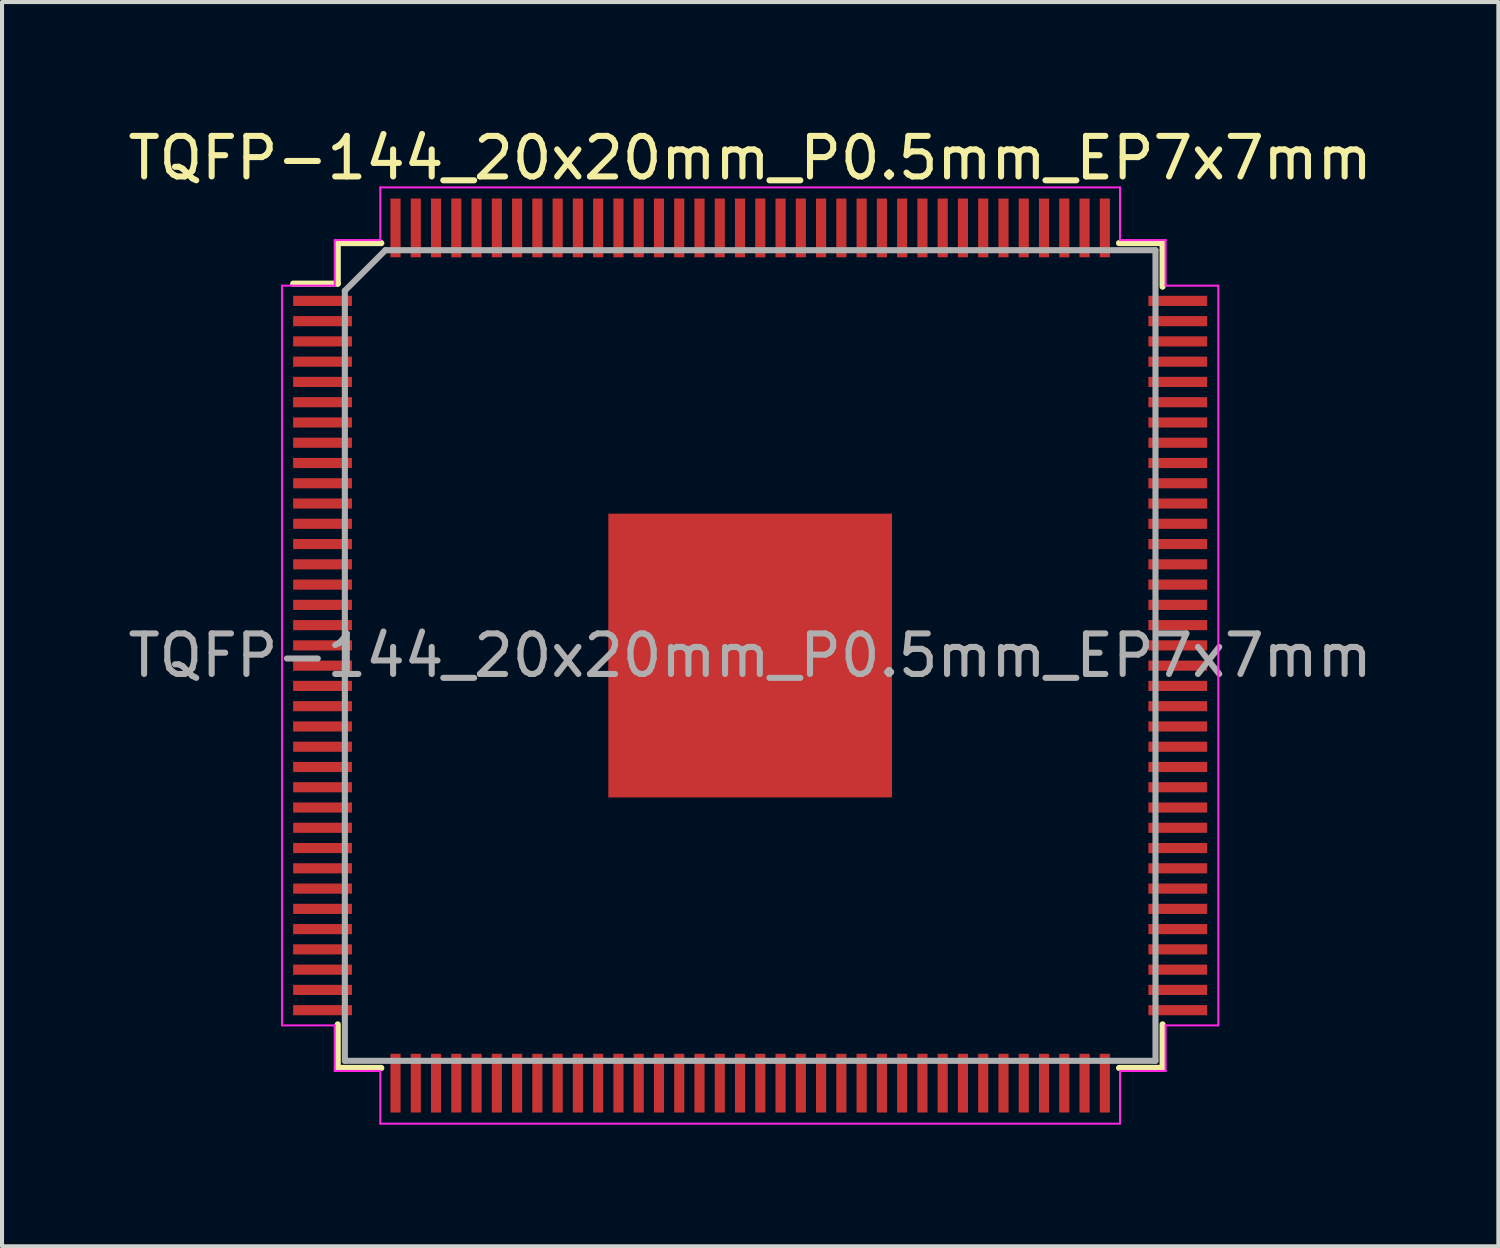
<source format=kicad_pcb>
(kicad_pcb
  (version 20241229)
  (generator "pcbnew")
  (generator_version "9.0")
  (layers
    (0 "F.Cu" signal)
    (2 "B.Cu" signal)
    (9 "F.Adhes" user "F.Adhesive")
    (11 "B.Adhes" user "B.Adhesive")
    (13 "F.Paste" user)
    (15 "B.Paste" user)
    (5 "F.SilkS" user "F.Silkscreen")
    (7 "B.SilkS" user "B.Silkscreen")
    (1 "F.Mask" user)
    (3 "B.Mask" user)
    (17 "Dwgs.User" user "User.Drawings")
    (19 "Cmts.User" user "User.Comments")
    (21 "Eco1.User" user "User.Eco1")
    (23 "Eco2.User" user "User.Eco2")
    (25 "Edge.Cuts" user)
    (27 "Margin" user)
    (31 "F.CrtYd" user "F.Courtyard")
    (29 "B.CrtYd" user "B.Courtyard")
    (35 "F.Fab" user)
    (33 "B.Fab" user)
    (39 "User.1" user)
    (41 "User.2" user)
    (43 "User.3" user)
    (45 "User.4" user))
  (footprint "TQFP-144_20x20mm_P0.5mm_EP7x7mm"
    (layer "F.Cu")
    (at 15.458 13.123)
    (property "Reference" "TQFP-144_20x20mm_P0.5mm_EP7x7mm" (at 0 -12.275 0) (layer "F.SilkS") (effects (font (size 1 1) (thickness 0.15))))
    (attr smd)
    (fp_line (start -10.175 -10.175) (end -10.175 -9.175) (stroke (width 0.15) (type solid)) (layer "F.SilkS"))
    (fp_line (start -10.175 -10.175) (end -9.1 -10.175) (stroke (width 0.15) (type solid)) (layer "F.SilkS"))
    (fp_line (start -10.175 -9.175) (end -11.275 -9.175) (stroke (width 0.15) (type solid)) (layer "F.SilkS"))
    (fp_line (start -10.175 10.175) (end -10.175 9.1) (stroke (width 0.15) (type solid)) (layer "F.SilkS"))
    (fp_line (start -10.175 10.175) (end -9.1 10.175) (stroke (width 0.15) (type solid)) (layer "F.SilkS"))
    (fp_line (start 10.175 -10.175) (end 9.1 -10.175) (stroke (width 0.15) (type solid)) (layer "F.SilkS"))
    (fp_line (start 10.175 -10.175) (end 10.175 -9.1) (stroke (width 0.15) (type solid)) (layer "F.SilkS"))
    (fp_line (start 10.175 10.175) (end 9.1 10.175) (stroke (width 0.15) (type solid)) (layer "F.SilkS"))
    (fp_line (start 10.175 10.175) (end 10.175 9.1) (stroke (width 0.15) (type solid)) (layer "F.SilkS"))
    (fp_line (start -11.55 -9.125) (end -11.55 9.125) (stroke (width 0.05) (type solid)) (layer "F.CrtYd"))
    (fp_line (start -11.55 -9.125) (end -10.25 -9.125) (stroke (width 0.05) (type solid)) (layer "F.CrtYd"))
    (fp_line (start -11.55 9.125) (end -10.25 9.125) (stroke (width 0.05) (type solid)) (layer "F.CrtYd"))
    (fp_line (start -10.25 -10.25) (end -9.125 -10.25) (stroke (width 0.05) (type solid)) (layer "F.CrtYd"))
    (fp_line (start -10.25 -9.125) (end -10.25 -10.25) (stroke (width 0.05) (type solid)) (layer "F.CrtYd"))
    (fp_line (start -10.25 10.25) (end -10.25 9.125) (stroke (width 0.05) (type solid)) (layer "F.CrtYd"))
    (fp_line (start -9.125 -11.55) (end -9.125 -10.25) (stroke (width 0.05) (type solid)) (layer "F.CrtYd"))
    (fp_line (start -9.125 -11.55) (end 9.125 -11.55) (stroke (width 0.05) (type solid)) (layer "F.CrtYd"))
    (fp_line (start -9.125 10.25) (end -10.25 10.25) (stroke (width 0.05) (type solid)) (layer "F.CrtYd"))
    (fp_line (start -9.125 11.55) (end -9.125 10.25) (stroke (width 0.05) (type solid)) (layer "F.CrtYd"))
    (fp_line (start -9.125 11.55) (end 9.125 11.55) (stroke (width 0.05) (type solid)) (layer "F.CrtYd"))
    (fp_line (start 9.125 -11.55) (end 9.125 -10.25) (stroke (width 0.05) (type solid)) (layer "F.CrtYd"))
    (fp_line (start 9.125 -10.25) (end 10.25 -10.25) (stroke (width 0.05) (type solid)) (layer "F.CrtYd"))
    (fp_line (start 9.125 11.55) (end 9.125 10.25) (stroke (width 0.05) (type solid)) (layer "F.CrtYd"))
    (fp_line (start 10.25 -10.25) (end 10.25 -9.125) (stroke (width 0.05) (type solid)) (layer "F.CrtYd"))
    (fp_line (start 10.25 9.125) (end 10.25 10.25) (stroke (width 0.05) (type solid)) (layer "F.CrtYd"))
    (fp_line (start 10.25 10.25) (end 9.125 10.25) (stroke (width 0.05) (type solid)) (layer "F.CrtYd"))
    (fp_line (start 11.55 -9.125) (end 10.25 -9.125) (stroke (width 0.05) (type solid)) (layer "F.CrtYd"))
    (fp_line (start 11.55 -9.125) (end 11.55 9.125) (stroke (width 0.05) (type solid)) (layer "F.CrtYd"))
    (fp_line (start 11.55 9.125) (end 10.25 9.125) (stroke (width 0.05) (type solid)) (layer "F.CrtYd"))
    (fp_line (start -10 -9) (end -9 -10) (stroke (width 0.15) (type solid)) (layer "F.Fab"))
    (fp_line (start -10 10) (end -10 -9) (stroke (width 0.15) (type solid)) (layer "F.Fab"))
    (fp_line (start -9 -10) (end 10 -10) (stroke (width 0.15) (type solid)) (layer "F.Fab"))
    (fp_line (start 10 -10) (end 10 10) (stroke (width 0.15) (type solid)) (layer "F.Fab"))
    (fp_line (start 10 10) (end -10 10) (stroke (width 0.15) (type solid)) (layer "F.Fab"))
    (fp_text user "${REFERENCE}" (at 0 0 0) (layer "F.Fab") (effects (font (size 1 1) (thickness 0.15))))
    (pad "1" smd rect (at -10.55 -8.75) (size 1.45 0.25) (layers "F.Cu" "F.Mask" "F.Paste"))
    (pad "2" smd rect (at -10.55 -8.25) (size 1.45 0.25) (layers "F.Cu" "F.Mask" "F.Paste"))
    (pad "3" smd rect (at -10.55 -7.75) (size 1.45 0.25) (layers "F.Cu" "F.Mask" "F.Paste"))
    (pad "4" smd rect (at -10.55 -7.25) (size 1.45 0.25) (layers "F.Cu" "F.Mask" "F.Paste"))
    (pad "5" smd rect (at -10.55 -6.75) (size 1.45 0.25) (layers "F.Cu" "F.Mask" "F.Paste"))
    (pad "6" smd rect (at -10.55 -6.25) (size 1.45 0.25) (layers "F.Cu" "F.Mask" "F.Paste"))
    (pad "7" smd rect (at -10.55 -5.75) (size 1.45 0.25) (layers "F.Cu" "F.Mask" "F.Paste"))
    (pad "8" smd rect (at -10.55 -5.25) (size 1.45 0.25) (layers "F.Cu" "F.Mask" "F.Paste"))
    (pad "9" smd rect (at -10.55 -4.75) (size 1.45 0.25) (layers "F.Cu" "F.Mask" "F.Paste"))
    (pad "10" smd rect (at -10.55 -4.25) (size 1.45 0.25) (layers "F.Cu" "F.Mask" "F.Paste"))
    (pad "11" smd rect (at -10.55 -3.75) (size 1.45 0.25) (layers "F.Cu" "F.Mask" "F.Paste"))
    (pad "12" smd rect (at -10.55 -3.25) (size 1.45 0.25) (layers "F.Cu" "F.Mask" "F.Paste"))
    (pad "13" smd rect (at -10.55 -2.75) (size 1.45 0.25) (layers "F.Cu" "F.Mask" "F.Paste"))
    (pad "14" smd rect (at -10.55 -2.25) (size 1.45 0.25) (layers "F.Cu" "F.Mask" "F.Paste"))
    (pad "15" smd rect (at -10.55 -1.75) (size 1.45 0.25) (layers "F.Cu" "F.Mask" "F.Paste"))
    (pad "16" smd rect (at -10.55 -1.25) (size 1.45 0.25) (layers "F.Cu" "F.Mask" "F.Paste"))
    (pad "17" smd rect (at -10.55 -0.75) (size 1.45 0.25) (layers "F.Cu" "F.Mask" "F.Paste"))
    (pad "18" smd rect (at -10.55 -0.25) (size 1.45 0.25) (layers "F.Cu" "F.Mask" "F.Paste"))
    (pad "19" smd rect (at -10.55 0.25) (size 1.45 0.25) (layers "F.Cu" "F.Mask" "F.Paste"))
    (pad "20" smd rect (at -10.55 0.75) (size 1.45 0.25) (layers "F.Cu" "F.Mask" "F.Paste"))
    (pad "21" smd rect (at -10.55 1.25) (size 1.45 0.25) (layers "F.Cu" "F.Mask" "F.Paste"))
    (pad "22" smd rect (at -10.55 1.75) (size 1.45 0.25) (layers "F.Cu" "F.Mask" "F.Paste"))
    (pad "23" smd rect (at -10.55 2.25) (size 1.45 0.25) (layers "F.Cu" "F.Mask" "F.Paste"))
    (pad "24" smd rect (at -10.55 2.75) (size 1.45 0.25) (layers "F.Cu" "F.Mask" "F.Paste"))
    (pad "25" smd rect (at -10.55 3.25) (size 1.45 0.25) (layers "F.Cu" "F.Mask" "F.Paste"))
    (pad "26" smd rect (at -10.55 3.75) (size 1.45 0.25) (layers "F.Cu" "F.Mask" "F.Paste"))
    (pad "27" smd rect (at -10.55 4.25) (size 1.45 0.25) (layers "F.Cu" "F.Mask" "F.Paste"))
    (pad "28" smd rect (at -10.55 4.75) (size 1.45 0.25) (layers "F.Cu" "F.Mask" "F.Paste"))
    (pad "29" smd rect (at -10.55 5.25) (size 1.45 0.25) (layers "F.Cu" "F.Mask" "F.Paste"))
    (pad "30" smd rect (at -10.55 5.75) (size 1.45 0.25) (layers "F.Cu" "F.Mask" "F.Paste"))
    (pad "31" smd rect (at -10.55 6.25) (size 1.45 0.25) (layers "F.Cu" "F.Mask" "F.Paste"))
    (pad "32" smd rect (at -10.55 6.75) (size 1.45 0.25) (layers "F.Cu" "F.Mask" "F.Paste"))
    (pad "33" smd rect (at -10.55 7.25) (size 1.45 0.25) (layers "F.Cu" "F.Mask" "F.Paste"))
    (pad "34" smd rect (at -10.55 7.75) (size 1.45 0.25) (layers "F.Cu" "F.Mask" "F.Paste"))
    (pad "35" smd rect (at -10.55 8.25) (size 1.45 0.25) (layers "F.Cu" "F.Mask" "F.Paste"))
    (pad "36" smd rect (at -10.55 8.75) (size 1.45 0.25) (layers "F.Cu" "F.Mask" "F.Paste"))
    (pad "37" smd rect (at -8.75 10.55 90) (size 1.45 0.25) (layers "F.Cu" "F.Mask" "F.Paste"))
    (pad "38" smd rect (at -8.25 10.55 90) (size 1.45 0.25) (layers "F.Cu" "F.Mask" "F.Paste"))
    (pad "39" smd rect (at -7.75 10.55 90) (size 1.45 0.25) (layers "F.Cu" "F.Mask" "F.Paste"))
    (pad "40" smd rect (at -7.25 10.55 90) (size 1.45 0.25) (layers "F.Cu" "F.Mask" "F.Paste"))
    (pad "41" smd rect (at -6.75 10.55 90) (size 1.45 0.25) (layers "F.Cu" "F.Mask" "F.Paste"))
    (pad "42" smd rect (at -6.25 10.55 90) (size 1.45 0.25) (layers "F.Cu" "F.Mask" "F.Paste"))
    (pad "43" smd rect (at -5.75 10.55 90) (size 1.45 0.25) (layers "F.Cu" "F.Mask" "F.Paste"))
    (pad "44" smd rect (at -5.25 10.55 90) (size 1.45 0.25) (layers "F.Cu" "F.Mask" "F.Paste"))
    (pad "45" smd rect (at -4.75 10.55 90) (size 1.45 0.25) (layers "F.Cu" "F.Mask" "F.Paste"))
    (pad "46" smd rect (at -4.25 10.55 90) (size 1.45 0.25) (layers "F.Cu" "F.Mask" "F.Paste"))
    (pad "47" smd rect (at -3.75 10.55 90) (size 1.45 0.25) (layers "F.Cu" "F.Mask" "F.Paste"))
    (pad "48" smd rect (at -3.25 10.55 90) (size 1.45 0.25) (layers "F.Cu" "F.Mask" "F.Paste"))
    (pad "49" smd rect (at -2.75 10.55 90) (size 1.45 0.25) (layers "F.Cu" "F.Mask" "F.Paste"))
    (pad "50" smd rect (at -2.25 10.55 90) (size 1.45 0.25) (layers "F.Cu" "F.Mask" "F.Paste"))
    (pad "51" smd rect (at -1.75 10.55 90) (size 1.45 0.25) (layers "F.Cu" "F.Mask" "F.Paste"))
    (pad "52" smd rect (at -1.25 10.55 90) (size 1.45 0.25) (layers "F.Cu" "F.Mask" "F.Paste"))
    (pad "53" smd rect (at -0.75 10.55 90) (size 1.45 0.25) (layers "F.Cu" "F.Mask" "F.Paste"))
    (pad "54" smd rect (at -0.25 10.55 90) (size 1.45 0.25) (layers "F.Cu" "F.Mask" "F.Paste"))
    (pad "55" smd rect (at 0.25 10.55 90) (size 1.45 0.25) (layers "F.Cu" "F.Mask" "F.Paste"))
    (pad "56" smd rect (at 0.75 10.55 90) (size 1.45 0.25) (layers "F.Cu" "F.Mask" "F.Paste"))
    (pad "57" smd rect (at 1.25 10.55 90) (size 1.45 0.25) (layers "F.Cu" "F.Mask" "F.Paste"))
    (pad "58" smd rect (at 1.75 10.55 90) (size 1.45 0.25) (layers "F.Cu" "F.Mask" "F.Paste"))
    (pad "59" smd rect (at 2.25 10.55 90) (size 1.45 0.25) (layers "F.Cu" "F.Mask" "F.Paste"))
    (pad "60" smd rect (at 2.75 10.55 90) (size 1.45 0.25) (layers "F.Cu" "F.Mask" "F.Paste"))
    (pad "61" smd rect (at 3.25 10.55 90) (size 1.45 0.25) (layers "F.Cu" "F.Mask" "F.Paste"))
    (pad "62" smd rect (at 3.75 10.55 90) (size 1.45 0.25) (layers "F.Cu" "F.Mask" "F.Paste"))
    (pad "63" smd rect (at 4.25 10.55 90) (size 1.45 0.25) (layers "F.Cu" "F.Mask" "F.Paste"))
    (pad "64" smd rect (at 4.75 10.55 90) (size 1.45 0.25) (layers "F.Cu" "F.Mask" "F.Paste"))
    (pad "65" smd rect (at 5.25 10.55 90) (size 1.45 0.25) (layers "F.Cu" "F.Mask" "F.Paste"))
    (pad "66" smd rect (at 5.75 10.55 90) (size 1.45 0.25) (layers "F.Cu" "F.Mask" "F.Paste"))
    (pad "67" smd rect (at 6.25 10.55 90) (size 1.45 0.25) (layers "F.Cu" "F.Mask" "F.Paste"))
    (pad "68" smd rect (at 6.75 10.55 90) (size 1.45 0.25) (layers "F.Cu" "F.Mask" "F.Paste"))
    (pad "69" smd rect (at 7.25 10.55 90) (size 1.45 0.25) (layers "F.Cu" "F.Mask" "F.Paste"))
    (pad "70" smd rect (at 7.75 10.55 90) (size 1.45 0.25) (layers "F.Cu" "F.Mask" "F.Paste"))
    (pad "71" smd rect (at 8.25 10.55 90) (size 1.45 0.25) (layers "F.Cu" "F.Mask" "F.Paste"))
    (pad "72" smd rect (at 8.75 10.55 90) (size 1.45 0.25) (layers "F.Cu" "F.Mask" "F.Paste"))
    (pad "73" smd rect (at 10.55 8.75) (size 1.45 0.25) (layers "F.Cu" "F.Mask" "F.Paste"))
    (pad "74" smd rect (at 10.55 8.25) (size 1.45 0.25) (layers "F.Cu" "F.Mask" "F.Paste"))
    (pad "75" smd rect (at 10.55 7.75) (size 1.45 0.25) (layers "F.Cu" "F.Mask" "F.Paste"))
    (pad "76" smd rect (at 10.55 7.25) (size 1.45 0.25) (layers "F.Cu" "F.Mask" "F.Paste"))
    (pad "77" smd rect (at 10.55 6.75) (size 1.45 0.25) (layers "F.Cu" "F.Mask" "F.Paste"))
    (pad "78" smd rect (at 10.55 6.25) (size 1.45 0.25) (layers "F.Cu" "F.Mask" "F.Paste"))
    (pad "79" smd rect (at 10.55 5.75) (size 1.45 0.25) (layers "F.Cu" "F.Mask" "F.Paste"))
    (pad "80" smd rect (at 10.55 5.25) (size 1.45 0.25) (layers "F.Cu" "F.Mask" "F.Paste"))
    (pad "81" smd rect (at 10.55 4.75) (size 1.45 0.25) (layers "F.Cu" "F.Mask" "F.Paste"))
    (pad "82" smd rect (at 10.55 4.25) (size 1.45 0.25) (layers "F.Cu" "F.Mask" "F.Paste"))
    (pad "83" smd rect (at 10.55 3.75) (size 1.45 0.25) (layers "F.Cu" "F.Mask" "F.Paste"))
    (pad "84" smd rect (at 10.55 3.25) (size 1.45 0.25) (layers "F.Cu" "F.Mask" "F.Paste"))
    (pad "85" smd rect (at 10.55 2.75) (size 1.45 0.25) (layers "F.Cu" "F.Mask" "F.Paste"))
    (pad "86" smd rect (at 10.55 2.25) (size 1.45 0.25) (layers "F.Cu" "F.Mask" "F.Paste"))
    (pad "87" smd rect (at 10.55 1.75) (size 1.45 0.25) (layers "F.Cu" "F.Mask" "F.Paste"))
    (pad "88" smd rect (at 10.55 1.25) (size 1.45 0.25) (layers "F.Cu" "F.Mask" "F.Paste"))
    (pad "89" smd rect (at 10.55 0.75) (size 1.45 0.25) (layers "F.Cu" "F.Mask" "F.Paste"))
    (pad "90" smd rect (at 10.55 0.25) (size 1.45 0.25) (layers "F.Cu" "F.Mask" "F.Paste"))
    (pad "91" smd rect (at 10.55 -0.25) (size 1.45 0.25) (layers "F.Cu" "F.Mask" "F.Paste"))
    (pad "92" smd rect (at 10.55 -0.75) (size 1.45 0.25) (layers "F.Cu" "F.Mask" "F.Paste"))
    (pad "93" smd rect (at 10.55 -1.25) (size 1.45 0.25) (layers "F.Cu" "F.Mask" "F.Paste"))
    (pad "94" smd rect (at 10.55 -1.75) (size 1.45 0.25) (layers "F.Cu" "F.Mask" "F.Paste"))
    (pad "95" smd rect (at 10.55 -2.25) (size 1.45 0.25) (layers "F.Cu" "F.Mask" "F.Paste"))
    (pad "96" smd rect (at 10.55 -2.75) (size 1.45 0.25) (layers "F.Cu" "F.Mask" "F.Paste"))
    (pad "97" smd rect (at 10.55 -3.25) (size 1.45 0.25) (layers "F.Cu" "F.Mask" "F.Paste"))
    (pad "98" smd rect (at 10.55 -3.75) (size 1.45 0.25) (layers "F.Cu" "F.Mask" "F.Paste"))
    (pad "99" smd rect (at 10.55 -4.25) (size 1.45 0.25) (layers "F.Cu" "F.Mask" "F.Paste"))
    (pad "100" smd rect (at 10.55 -4.75) (size 1.45 0.25) (layers "F.Cu" "F.Mask" "F.Paste"))
    (pad "101" smd rect (at 10.55 -5.25) (size 1.45 0.25) (layers "F.Cu" "F.Mask" "F.Paste"))
    (pad "102" smd rect (at 10.55 -5.75) (size 1.45 0.25) (layers "F.Cu" "F.Mask" "F.Paste"))
    (pad "103" smd rect (at 10.55 -6.25) (size 1.45 0.25) (layers "F.Cu" "F.Mask" "F.Paste"))
    (pad "104" smd rect (at 10.55 -6.75) (size 1.45 0.25) (layers "F.Cu" "F.Mask" "F.Paste"))
    (pad "105" smd rect (at 10.55 -7.25) (size 1.45 0.25) (layers "F.Cu" "F.Mask" "F.Paste"))
    (pad "106" smd rect (at 10.55 -7.75) (size 1.45 0.25) (layers "F.Cu" "F.Mask" "F.Paste"))
    (pad "107" smd rect (at 10.55 -8.25) (size 1.45 0.25) (layers "F.Cu" "F.Mask" "F.Paste"))
    (pad "108" smd rect (at 10.55 -8.75) (size 1.45 0.25) (layers "F.Cu" "F.Mask" "F.Paste"))
    (pad "109" smd rect (at 8.75 -10.55 90) (size 1.45 0.25) (layers "F.Cu" "F.Mask" "F.Paste"))
    (pad "110" smd rect (at 8.25 -10.55 90) (size 1.45 0.25) (layers "F.Cu" "F.Mask" "F.Paste"))
    (pad "111" smd rect (at 7.75 -10.55 90) (size 1.45 0.25) (layers "F.Cu" "F.Mask" "F.Paste"))
    (pad "112" smd rect (at 7.25 -10.55 90) (size 1.45 0.25) (layers "F.Cu" "F.Mask" "F.Paste"))
    (pad "113" smd rect (at 6.75 -10.55 90) (size 1.45 0.25) (layers "F.Cu" "F.Mask" "F.Paste"))
    (pad "114" smd rect (at 6.25 -10.55 90) (size 1.45 0.25) (layers "F.Cu" "F.Mask" "F.Paste"))
    (pad "115" smd rect (at 5.75 -10.55 90) (size 1.45 0.25) (layers "F.Cu" "F.Mask" "F.Paste"))
    (pad "116" smd rect (at 5.25 -10.55 90) (size 1.45 0.25) (layers "F.Cu" "F.Mask" "F.Paste"))
    (pad "117" smd rect (at 4.75 -10.55 90) (size 1.45 0.25) (layers "F.Cu" "F.Mask" "F.Paste"))
    (pad "118" smd rect (at 4.25 -10.55 90) (size 1.45 0.25) (layers "F.Cu" "F.Mask" "F.Paste"))
    (pad "119" smd rect (at 3.75 -10.55 90) (size 1.45 0.25) (layers "F.Cu" "F.Mask" "F.Paste"))
    (pad "120" smd rect (at 3.25 -10.55 90) (size 1.45 0.25) (layers "F.Cu" "F.Mask" "F.Paste"))
    (pad "121" smd rect (at 2.75 -10.55 90) (size 1.45 0.25) (layers "F.Cu" "F.Mask" "F.Paste"))
    (pad "122" smd rect (at 2.25 -10.55 90) (size 1.45 0.25) (layers "F.Cu" "F.Mask" "F.Paste"))
    (pad "123" smd rect (at 1.75 -10.55 90) (size 1.45 0.25) (layers "F.Cu" "F.Mask" "F.Paste"))
    (pad "124" smd rect (at 1.25 -10.55 90) (size 1.45 0.25) (layers "F.Cu" "F.Mask" "F.Paste"))
    (pad "125" smd rect (at 0.75 -10.55 90) (size 1.45 0.25) (layers "F.Cu" "F.Mask" "F.Paste"))
    (pad "126" smd rect (at 0.25 -10.55 90) (size 1.45 0.25) (layers "F.Cu" "F.Mask" "F.Paste"))
    (pad "127" smd rect (at -0.25 -10.55 90) (size 1.45 0.25) (layers "F.Cu" "F.Mask" "F.Paste"))
    (pad "128" smd rect (at -0.75 -10.55 90) (size 1.45 0.25) (layers "F.Cu" "F.Mask" "F.Paste"))
    (pad "129" smd rect (at -1.25 -10.55 90) (size 1.45 0.25) (layers "F.Cu" "F.Mask" "F.Paste"))
    (pad "130" smd rect (at -1.75 -10.55 90) (size 1.45 0.25) (layers "F.Cu" "F.Mask" "F.Paste"))
    (pad "131" smd rect (at -2.25 -10.55 90) (size 1.45 0.25) (layers "F.Cu" "F.Mask" "F.Paste"))
    (pad "132" smd rect (at -2.75 -10.55 90) (size 1.45 0.25) (layers "F.Cu" "F.Mask" "F.Paste"))
    (pad "133" smd rect (at -3.25 -10.55 90) (size 1.45 0.25) (layers "F.Cu" "F.Mask" "F.Paste"))
    (pad "134" smd rect (at -3.75 -10.55 90) (size 1.45 0.25) (layers "F.Cu" "F.Mask" "F.Paste"))
    (pad "135" smd rect (at -4.25 -10.55 90) (size 1.45 0.25) (layers "F.Cu" "F.Mask" "F.Paste"))
    (pad "136" smd rect (at -4.75 -10.55 90) (size 1.45 0.25) (layers "F.Cu" "F.Mask" "F.Paste"))
    (pad "137" smd rect (at -5.25 -10.55 90) (size 1.45 0.25) (layers "F.Cu" "F.Mask" "F.Paste"))
    (pad "138" smd rect (at -5.75 -10.55 90) (size 1.45 0.25) (layers "F.Cu" "F.Mask" "F.Paste"))
    (pad "139" smd rect (at -6.25 -10.55 90) (size 1.45 0.25) (layers "F.Cu" "F.Mask" "F.Paste"))
    (pad "140" smd rect (at -6.75 -10.55 90) (size 1.45 0.25) (layers "F.Cu" "F.Mask" "F.Paste"))
    (pad "141" smd rect (at -7.25 -10.55 90) (size 1.45 0.25) (layers "F.Cu" "F.Mask" "F.Paste"))
    (pad "142" smd rect (at -7.75 -10.55 90) (size 1.45 0.25) (layers "F.Cu" "F.Mask" "F.Paste"))
    (pad "143" smd rect (at -8.25 -10.55 90) (size 1.45 0.25) (layers "F.Cu" "F.Mask" "F.Paste"))
    (pad "144" smd rect (at -8.75 -10.55 90) (size 1.45 0.25) (layers "F.Cu" "F.Mask" "F.Paste"))
    (pad "145" smd rect (at 0 0) (size 7 7) (layers "F.Cu" "F.Mask" "F.Paste")))
  (gr_rect
    (start -3 -3)
    (end 33.917 27.698)
    (stroke (width 0.1) (type default))
    (fill no)
    (layer "Edge.Cuts")))
</source>
